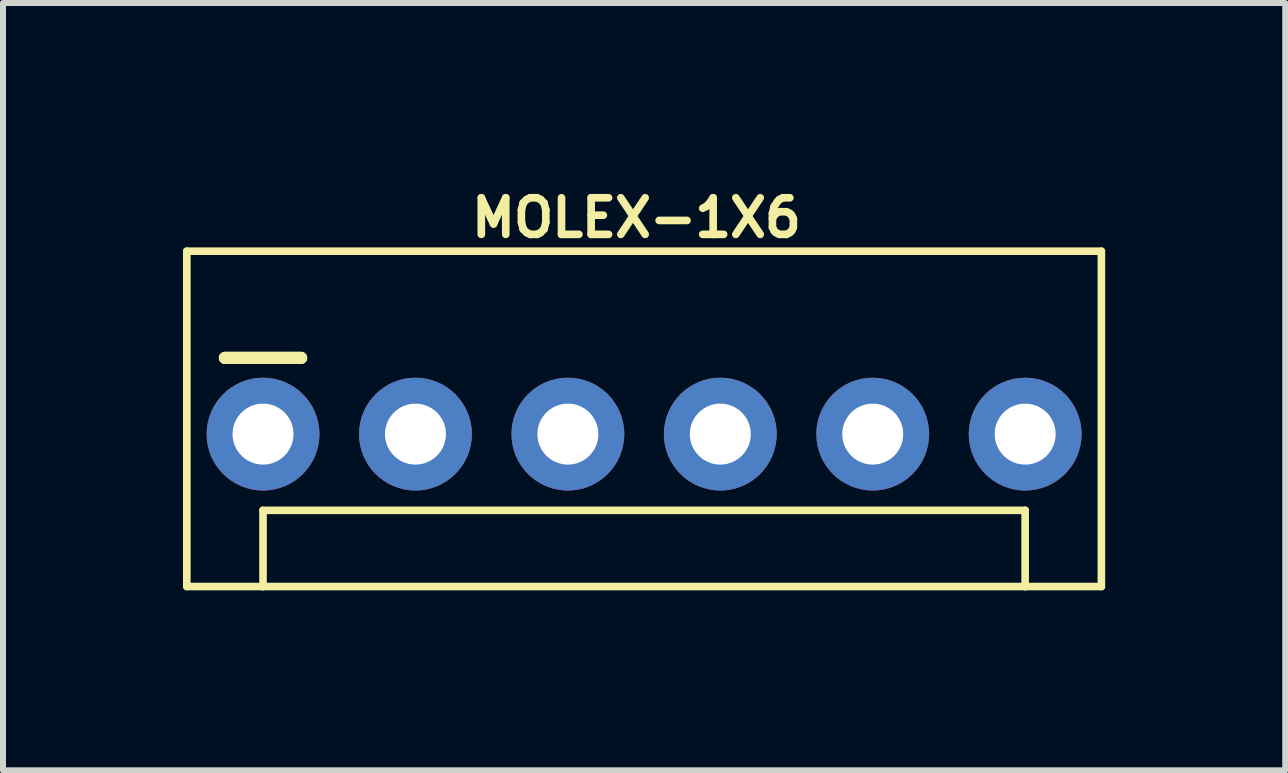
<source format=kicad_pcb>
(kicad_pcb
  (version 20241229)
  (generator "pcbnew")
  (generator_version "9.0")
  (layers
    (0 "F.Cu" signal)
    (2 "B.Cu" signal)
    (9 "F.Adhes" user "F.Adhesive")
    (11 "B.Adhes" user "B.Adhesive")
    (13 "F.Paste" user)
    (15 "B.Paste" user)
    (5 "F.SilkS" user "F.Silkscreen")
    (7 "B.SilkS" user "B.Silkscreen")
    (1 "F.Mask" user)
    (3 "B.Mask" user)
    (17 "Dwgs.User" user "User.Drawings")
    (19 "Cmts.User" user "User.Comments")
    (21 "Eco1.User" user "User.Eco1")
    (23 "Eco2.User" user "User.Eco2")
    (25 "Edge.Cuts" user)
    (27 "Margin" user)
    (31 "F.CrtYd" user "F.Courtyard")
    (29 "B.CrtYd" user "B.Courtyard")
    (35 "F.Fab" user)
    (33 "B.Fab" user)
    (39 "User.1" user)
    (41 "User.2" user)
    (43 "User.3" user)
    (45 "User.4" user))
  (footprint "MOLEX-1X6"
    (layer "F.Cu")
    (at 1.333 4.184)
    (property "Reference" "MOLEX-1X6" (at 6.223 -3.604 0) (layer "F.SilkS") (effects (font (size 0.61 0.61) (thickness 0.127))))
    (attr exclude_from_pos_files exclude_from_bom)
    (fp_line (start -1.27 -3.048) (end -1.27 2.54) (stroke (width 0.127) (type solid)) (layer "F.SilkS"))
    (fp_line (start -0.635 -1.27) (end 0.635 -1.27) (stroke (width 0.203) (type solid)) (layer "F.SilkS"))
    (fp_line (start 0 1.27) (end 12.7 1.27) (stroke (width 0.127) (type solid)) (layer "F.SilkS"))
    (fp_line (start 0 2.54) (end -1.27 2.54) (stroke (width 0.127) (type solid)) (layer "F.SilkS"))
    (fp_line (start 0 2.54) (end 0 1.27) (stroke (width 0.127) (type solid)) (layer "F.SilkS"))
    (fp_line (start 0.635 -1.27) (end -0.635 -1.27) (stroke (width 0.203) (type solid)) (layer "F.SilkS"))
    (fp_line (start 12.7 1.27) (end 12.7 2.54) (stroke (width 0.127) (type solid)) (layer "F.SilkS"))
    (fp_line (start 12.7 2.54) (end 0 2.54) (stroke (width 0.127) (type solid)) (layer "F.SilkS"))
    (fp_line (start 13.97 -3.048) (end -1.27 -3.048) (stroke (width 0.127) (type solid)) (layer "F.SilkS"))
    (fp_line (start 13.97 -3.048) (end 13.97 2.54) (stroke (width 0.127) (type solid)) (layer "F.SilkS"))
    (fp_line (start 13.97 2.54) (end 12.7 2.54) (stroke (width 0.127) (type solid)) (layer "F.SilkS"))
    (pad "1" thru_hole circle (at 0 0) (size 1.88 1.88) (drill 1.016) (layers "*.Cu" "*.Paste" "*.Mask"))
    (pad "2" thru_hole circle (at 2.54 0) (size 1.88 1.88) (drill 1.016) (layers "*.Cu" "*.Paste" "*.Mask"))
    (pad "3" thru_hole circle (at 5.08 0) (size 1.88 1.88) (drill 1.016) (layers "*.Cu" "*.Paste" "*.Mask"))
    (pad "4" thru_hole circle (at 7.62 0) (size 1.88 1.88) (drill 1.016) (layers "*.Cu" "*.Paste" "*.Mask"))
    (pad "5" thru_hole circle (at 10.16 0) (size 1.88 1.88) (drill 1.016) (layers "*.Cu" "*.Paste" "*.Mask"))
    (pad "6" thru_hole circle (at 12.7 0) (size 1.88 1.88) (drill 1.016) (layers "*.Cu" "*.Paste" "*.Mask")))
  (gr_rect
    (start -3 -3)
    (end 18.367 9.787)
    (stroke (width 0.1) (type default))
    (fill no)
    (layer "Edge.Cuts")))
</source>
